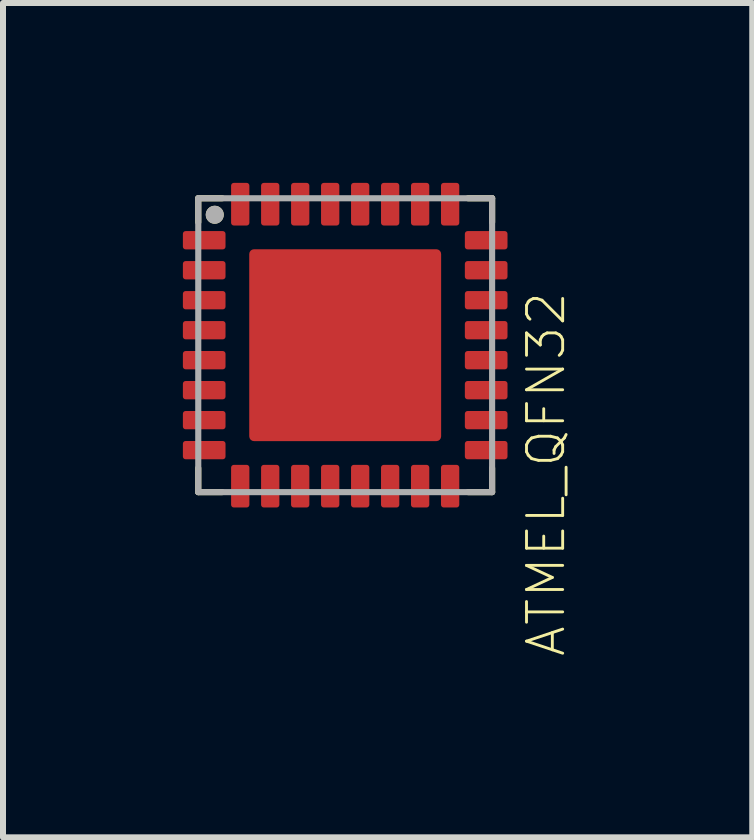
<source format=kicad_pcb>
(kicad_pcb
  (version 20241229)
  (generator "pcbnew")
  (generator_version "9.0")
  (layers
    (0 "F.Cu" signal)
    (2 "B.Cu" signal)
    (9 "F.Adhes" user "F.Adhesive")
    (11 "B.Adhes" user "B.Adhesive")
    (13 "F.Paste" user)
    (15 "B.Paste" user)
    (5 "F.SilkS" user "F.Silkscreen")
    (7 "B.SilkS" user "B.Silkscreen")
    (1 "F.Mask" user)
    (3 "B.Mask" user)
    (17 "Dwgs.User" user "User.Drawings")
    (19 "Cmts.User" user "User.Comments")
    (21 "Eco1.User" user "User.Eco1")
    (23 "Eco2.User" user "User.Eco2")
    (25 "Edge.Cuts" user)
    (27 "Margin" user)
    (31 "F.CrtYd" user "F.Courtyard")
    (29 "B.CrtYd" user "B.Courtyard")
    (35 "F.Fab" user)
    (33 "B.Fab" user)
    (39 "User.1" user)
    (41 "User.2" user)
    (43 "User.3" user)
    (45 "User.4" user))
  (footprint "ATMEL_QFN32"
    (layer "F.Cu")
    (at 2.706 2.706)
    (property "Reference" "ATMEL_QFN32" (at 3.35 2.15 270) (layer "F.SilkS") (effects (font (size 0.603 0.603) (thickness 0.048))))
    (attr through_hole)
    (fp_poly (pts (xy -2.55 -1.35) (xy -2.05 -1.35) (xy -2.05 -1.15) (xy -2.55 -1.15)) (stroke (width 0) (type solid)) (fill yes) (layer "F.Mask"))
    (fp_poly (pts (xy -2.55 -0.85) (xy -2.05 -0.85) (xy -2.05 -0.65) (xy -2.55 -0.65)) (stroke (width 0) (type solid)) (fill yes) (layer "F.Mask"))
    (fp_poly (pts (xy -2.55 -0.35) (xy -2.05 -0.35) (xy -2.05 -0.15) (xy -2.55 -0.15)) (stroke (width 0) (type solid)) (fill yes) (layer "F.Mask"))
    (fp_poly (pts (xy -2.55 0.15) (xy -2.05 0.15) (xy -2.05 0.35) (xy -2.55 0.35)) (stroke (width 0) (type solid)) (fill yes) (layer "F.Mask"))
    (fp_poly (pts (xy -2.55 0.65) (xy -2.05 0.65) (xy -2.05 0.85) (xy -2.55 0.85)) (stroke (width 0) (type solid)) (fill yes) (layer "F.Mask"))
    (fp_poly (pts (xy -2.55 1.15) (xy -2.05 1.15) (xy -2.05 1.35) (xy -2.55 1.35)) (stroke (width 0) (type solid)) (fill yes) (layer "F.Mask"))
    (fp_poly (pts (xy -1.625 -1.625) (xy 1.625 -1.625) (xy 1.625 1.625) (xy -1.625 1.625)) (stroke (width 0) (type solid)) (fill yes) (layer "F.Mask"))
    (fp_poly (pts (xy -1.35 2.55) (xy -1.35 2.05) (xy -1.15 2.05) (xy -1.15 2.55)) (stroke (width 0) (type solid)) (fill yes) (layer "F.Mask"))
    (fp_poly (pts (xy -1.15 -2.55) (xy -1.15 -2.05) (xy -1.35 -2.05) (xy -1.35 -2.55)) (stroke (width 0) (type solid)) (fill yes) (layer "F.Mask"))
    (fp_poly (pts (xy -0.85 2.55) (xy -0.85 2.05) (xy -0.65 2.05) (xy -0.65 2.55)) (stroke (width 0) (type solid)) (fill yes) (layer "F.Mask"))
    (fp_poly (pts (xy -0.65 -2.55) (xy -0.65 -2.05) (xy -0.85 -2.05) (xy -0.85 -2.55)) (stroke (width 0) (type solid)) (fill yes) (layer "F.Mask"))
    (fp_poly (pts (xy -0.35 2.55) (xy -0.35 2.05) (xy -0.15 2.05) (xy -0.15 2.55)) (stroke (width 0) (type solid)) (fill yes) (layer "F.Mask"))
    (fp_poly (pts (xy -0.15 -2.55) (xy -0.15 -2.05) (xy -0.35 -2.05) (xy -0.35 -2.55)) (stroke (width 0) (type solid)) (fill yes) (layer "F.Mask"))
    (fp_poly (pts (xy 0.15 2.55) (xy 0.15 2.05) (xy 0.35 2.05) (xy 0.35 2.55)) (stroke (width 0) (type solid)) (fill yes) (layer "F.Mask"))
    (fp_poly (pts (xy 0.35 -2.55) (xy 0.35 -2.05) (xy 0.15 -2.05) (xy 0.15 -2.55)) (stroke (width 0) (type solid)) (fill yes) (layer "F.Mask"))
    (fp_poly (pts (xy 0.65 2.55) (xy 0.65 2.05) (xy 0.85 2.05) (xy 0.85 2.55)) (stroke (width 0) (type solid)) (fill yes) (layer "F.Mask"))
    (fp_poly (pts (xy 0.85 -2.55) (xy 0.85 -2.05) (xy 0.65 -2.05) (xy 0.65 -2.55)) (stroke (width 0) (type solid)) (fill yes) (layer "F.Mask"))
    (fp_poly (pts (xy 1.15 2.55) (xy 1.15 2.05) (xy 1.35 2.05) (xy 1.35 2.55)) (stroke (width 0) (type solid)) (fill yes) (layer "F.Mask"))
    (fp_poly (pts (xy 1.35 -2.55) (xy 1.35 -2.05) (xy 1.15 -2.05) (xy 1.15 -2.55)) (stroke (width 0) (type solid)) (fill yes) (layer "F.Mask"))
    (fp_poly (pts (xy 2.55 -1.15) (xy 2.05 -1.15) (xy 2.05 -1.35) (xy 2.55 -1.35)) (stroke (width 0) (type solid)) (fill yes) (layer "F.Mask"))
    (fp_poly (pts (xy 2.55 -0.65) (xy 2.05 -0.65) (xy 2.05 -0.85) (xy 2.55 -0.85)) (stroke (width 0) (type solid)) (fill yes) (layer "F.Mask"))
    (fp_poly (pts (xy 2.55 -0.15) (xy 2.05 -0.15) (xy 2.05 -0.35) (xy 2.55 -0.35)) (stroke (width 0) (type solid)) (fill yes) (layer "F.Mask"))
    (fp_poly (pts (xy 2.55 0.35) (xy 2.05 0.35) (xy 2.05 0.15) (xy 2.55 0.15)) (stroke (width 0) (type solid)) (fill yes) (layer "F.Mask"))
    (fp_poly (pts (xy 2.55 0.85) (xy 2.05 0.85) (xy 2.05 0.65) (xy 2.55 0.65)) (stroke (width 0) (type solid)) (fill yes) (layer "F.Mask"))
    (fp_poly (pts (xy 2.55 1.35) (xy 2.05 1.35) (xy 2.05 1.15) (xy 2.55 1.15)) (stroke (width 0) (type solid)) (fill yes) (layer "F.Mask"))
    (fp_poly (pts (xy -2.55 -1.85) (xy -2.1 -1.85) (xy -2.05 -1.8) (xy -2.05 -1.65) (xy -2.55 -1.65)) (stroke (width 0) (type solid)) (fill yes) (layer "F.Mask"))
    (fp_poly (pts (xy -2.55 1.85) (xy -2.1 1.85) (xy -2.05 1.8) (xy -2.05 1.65) (xy -2.55 1.65)) (stroke (width 0) (type solid)) (fill yes) (layer "F.Mask"))
    (fp_poly (pts (xy -1.85 -2.55) (xy -1.85 -2.1) (xy -1.8 -2.05) (xy -1.65 -2.05) (xy -1.65 -2.55)) (stroke (width 0) (type solid)) (fill yes) (layer "F.Mask"))
    (fp_poly (pts (xy -1.85 2.55) (xy -1.85 2.1) (xy -1.8 2.05) (xy -1.65 2.05) (xy -1.65 2.55)) (stroke (width 0) (type solid)) (fill yes) (layer "F.Mask"))
    (fp_poly (pts (xy 1.85 -2.55) (xy 1.85 -2.1) (xy 1.8 -2.05) (xy 1.65 -2.05) (xy 1.65 -2.55)) (stroke (width 0) (type solid)) (fill yes) (layer "F.Mask"))
    (fp_poly (pts (xy 1.85 2.55) (xy 1.85 2.1) (xy 1.8 2.05) (xy 1.65 2.05) (xy 1.65 2.55)) (stroke (width 0) (type solid)) (fill yes) (layer "F.Mask"))
    (fp_poly (pts (xy 2.55 -1.85) (xy 2.1 -1.85) (xy 2.05 -1.8) (xy 2.05 -1.65) (xy 2.55 -1.65)) (stroke (width 0) (type solid)) (fill yes) (layer "F.Mask"))
    (fp_poly (pts (xy 2.55 1.85) (xy 2.1 1.85) (xy 2.05 1.8) (xy 2.05 1.65) (xy 2.55 1.65)) (stroke (width 0) (type solid)) (fill yes) (layer "F.Mask"))
    (fp_line (start -2.45 -2.45) (end -2.05 -2.45) (stroke (width 0.102) (type solid)) (layer "F.SilkS"))
    (fp_line (start -2.45 -2.05) (end -2.45 -2.45) (stroke (width 0.102) (type solid)) (layer "F.SilkS"))
    (fp_line (start -2.45 2.45) (end -2.45 2.05) (stroke (width 0.102) (type solid)) (layer "F.SilkS"))
    (fp_line (start -2.05 2.45) (end -2.45 2.45) (stroke (width 0.102) (type solid)) (layer "F.SilkS"))
    (fp_line (start 2.05 -2.45) (end 2.45 -2.45) (stroke (width 0.102) (type solid)) (layer "F.SilkS"))
    (fp_line (start 2.45 -2.45) (end 2.45 -2.05) (stroke (width 0.102) (type solid)) (layer "F.SilkS"))
    (fp_line (start 2.45 2.05) (end 2.45 2.45) (stroke (width 0.102) (type solid)) (layer "F.SilkS"))
    (fp_line (start 2.45 2.45) (end 2.05 2.45) (stroke (width 0.102) (type solid)) (layer "F.SilkS"))
    (fp_circle (center -2.175 -2.175) (end -2.1 -2.175) (stroke (width 0.15) (type solid)) (fill no) (layer "F.SilkS"))
    (fp_poly (pts (xy -2.525 -1.325) (xy -2.075 -1.325) (xy -2.075 -1.175) (xy -2.525 -1.175)) (stroke (width 0) (type solid)) (fill yes) (layer "F.Paste"))
    (fp_poly (pts (xy -2.525 -0.825) (xy -2.075 -0.825) (xy -2.075 -0.675) (xy -2.525 -0.675)) (stroke (width 0) (type solid)) (fill yes) (layer "F.Paste"))
    (fp_poly (pts (xy -2.525 -0.325) (xy -2.075 -0.325) (xy -2.075 -0.175) (xy -2.525 -0.175)) (stroke (width 0) (type solid)) (fill yes) (layer "F.Paste"))
    (fp_poly (pts (xy -2.525 0.175) (xy -2.075 0.175) (xy -2.075 0.325) (xy -2.525 0.325)) (stroke (width 0) (type solid)) (fill yes) (layer "F.Paste"))
    (fp_poly (pts (xy -2.525 0.675) (xy -2.075 0.675) (xy -2.075 0.825) (xy -2.525 0.825)) (stroke (width 0) (type solid)) (fill yes) (layer "F.Paste"))
    (fp_poly (pts (xy -2.525 1.175) (xy -2.075 1.175) (xy -2.075 1.325) (xy -2.525 1.325)) (stroke (width 0) (type solid)) (fill yes) (layer "F.Paste"))
    (fp_poly (pts (xy -1.325 2.525) (xy -1.325 2.075) (xy -1.175 2.075) (xy -1.175 2.525)) (stroke (width 0) (type solid)) (fill yes) (layer "F.Paste"))
    (fp_poly (pts (xy -1.3 -0.1) (xy -0.7 -0.1) (xy -0.7 -0.4) (xy -1.3 -0.4)) (stroke (width 0) (type solid)) (fill yes) (layer "F.Paste"))
    (fp_poly (pts (xy -1.3 0.4) (xy -0.7 0.4) (xy -0.7 0.1) (xy -1.3 0.1)) (stroke (width 0) (type solid)) (fill yes) (layer "F.Paste"))
    (fp_poly (pts (xy -1.175 -2.525) (xy -1.175 -2.075) (xy -1.325 -2.075) (xy -1.325 -2.525)) (stroke (width 0) (type solid)) (fill yes) (layer "F.Paste"))
    (fp_poly (pts (xy -0.825 2.525) (xy -0.825 2.075) (xy -0.675 2.075) (xy -0.675 2.525)) (stroke (width 0) (type solid)) (fill yes) (layer "F.Paste"))
    (fp_poly (pts (xy -0.675 -2.525) (xy -0.675 -2.075) (xy -0.825 -2.075) (xy -0.825 -2.525)) (stroke (width 0) (type solid)) (fill yes) (layer "F.Paste"))
    (fp_poly (pts (xy -0.325 2.525) (xy -0.325 2.075) (xy -0.175 2.075) (xy -0.175 2.525)) (stroke (width 0) (type solid)) (fill yes) (layer "F.Paste"))
    (fp_poly (pts (xy -0.3 -1.1) (xy 0.3 -1.1) (xy 0.3 -1.4) (xy -0.3 -1.4)) (stroke (width 0) (type solid)) (fill yes) (layer "F.Paste"))
    (fp_poly (pts (xy -0.3 -0.6) (xy 0.3 -0.6) (xy 0.3 -0.9) (xy -0.3 -0.9)) (stroke (width 0) (type solid)) (fill yes) (layer "F.Paste"))
    (fp_poly (pts (xy -0.3 -0.1) (xy 0.3 -0.1) (xy 0.3 -0.4) (xy -0.3 -0.4)) (stroke (width 0) (type solid)) (fill yes) (layer "F.Paste"))
    (fp_poly (pts (xy -0.3 0.4) (xy 0.3 0.4) (xy 0.3 0.1) (xy -0.3 0.1)) (stroke (width 0) (type solid)) (fill yes) (layer "F.Paste"))
    (fp_poly (pts (xy -0.3 0.9) (xy 0.3 0.9) (xy 0.3 0.6) (xy -0.3 0.6)) (stroke (width 0) (type solid)) (fill yes) (layer "F.Paste"))
    (fp_poly (pts (xy -0.3 1.4) (xy 0.3 1.4) (xy 0.3 1.1) (xy -0.3 1.1)) (stroke (width 0) (type solid)) (fill yes) (layer "F.Paste"))
    (fp_poly (pts (xy -0.175 -2.525) (xy -0.175 -2.075) (xy -0.325 -2.075) (xy -0.325 -2.525)) (stroke (width 0) (type solid)) (fill yes) (layer "F.Paste"))
    (fp_poly (pts (xy 0.175 2.525) (xy 0.175 2.075) (xy 0.325 2.075) (xy 0.325 2.525)) (stroke (width 0) (type solid)) (fill yes) (layer "F.Paste"))
    (fp_poly (pts (xy 0.325 -2.525) (xy 0.325 -2.075) (xy 0.175 -2.075) (xy 0.175 -2.525)) (stroke (width 0) (type solid)) (fill yes) (layer "F.Paste"))
    (fp_poly (pts (xy 0.675 2.525) (xy 0.675 2.075) (xy 0.825 2.075) (xy 0.825 2.525)) (stroke (width 0) (type solid)) (fill yes) (layer "F.Paste"))
    (fp_poly (pts (xy 0.7 -0.1) (xy 1.3 -0.1) (xy 1.3 -0.4) (xy 0.7 -0.4)) (stroke (width 0) (type solid)) (fill yes) (layer "F.Paste"))
    (fp_poly (pts (xy 0.7 0.4) (xy 1.3 0.4) (xy 1.3 0.1) (xy 0.7 0.1)) (stroke (width 0) (type solid)) (fill yes) (layer "F.Paste"))
    (fp_poly (pts (xy 0.825 -2.525) (xy 0.825 -2.075) (xy 0.675 -2.075) (xy 0.675 -2.525)) (stroke (width 0) (type solid)) (fill yes) (layer "F.Paste"))
    (fp_poly (pts (xy 1.175 2.525) (xy 1.175 2.075) (xy 1.325 2.075) (xy 1.325 2.525)) (stroke (width 0) (type solid)) (fill yes) (layer "F.Paste"))
    (fp_poly (pts (xy 1.325 -2.525) (xy 1.325 -2.075) (xy 1.175 -2.075) (xy 1.175 -2.525)) (stroke (width 0) (type solid)) (fill yes) (layer "F.Paste"))
    (fp_poly (pts (xy 2.525 -1.175) (xy 2.075 -1.175) (xy 2.075 -1.325) (xy 2.525 -1.325)) (stroke (width 0) (type solid)) (fill yes) (layer "F.Paste"))
    (fp_poly (pts (xy 2.525 -0.675) (xy 2.075 -0.675) (xy 2.075 -0.825) (xy 2.525 -0.825)) (stroke (width 0) (type solid)) (fill yes) (layer "F.Paste"))
    (fp_poly (pts (xy 2.525 -0.175) (xy 2.075 -0.175) (xy 2.075 -0.325) (xy 2.525 -0.325)) (stroke (width 0) (type solid)) (fill yes) (layer "F.Paste"))
    (fp_poly (pts (xy 2.525 0.325) (xy 2.075 0.325) (xy 2.075 0.175) (xy 2.525 0.175)) (stroke (width 0) (type solid)) (fill yes) (layer "F.Paste"))
    (fp_poly (pts (xy 2.525 0.825) (xy 2.075 0.825) (xy 2.075 0.675) (xy 2.525 0.675)) (stroke (width 0) (type solid)) (fill yes) (layer "F.Paste"))
    (fp_poly (pts (xy 2.525 1.325) (xy 2.075 1.325) (xy 2.075 1.175) (xy 2.525 1.175)) (stroke (width 0) (type solid)) (fill yes) (layer "F.Paste"))
    (fp_poly (pts (xy -2.525 -1.825) (xy -2.125 -1.825) (xy -2.075 -1.775) (xy -2.075 -1.675) (xy -2.525 -1.675)) (stroke (width 0) (type solid)) (fill yes) (layer "F.Paste"))
    (fp_poly (pts (xy -2.525 1.825) (xy -2.125 1.825) (xy -2.075 1.775) (xy -2.075 1.675) (xy -2.525 1.675)) (stroke (width 0) (type solid)) (fill yes) (layer "F.Paste"))
    (fp_poly (pts (xy -1.825 -2.525) (xy -1.825 -2.125) (xy -1.775 -2.075) (xy -1.675 -2.075) (xy -1.675 -2.525)) (stroke (width 0) (type solid)) (fill yes) (layer "F.Paste"))
    (fp_poly (pts (xy -1.825 2.525) (xy -1.825 2.125) (xy -1.775 2.075) (xy -1.675 2.075) (xy -1.675 2.525)) (stroke (width 0) (type solid)) (fill yes) (layer "F.Paste"))
    (fp_poly (pts (xy 1.825 -2.525) (xy 1.825 -2.125) (xy 1.775 -2.075) (xy 1.675 -2.075) (xy 1.675 -2.525)) (stroke (width 0) (type solid)) (fill yes) (layer "F.Paste"))
    (fp_poly (pts (xy 1.825 2.525) (xy 1.825 2.125) (xy 1.775 2.075) (xy 1.675 2.075) (xy 1.675 2.525)) (stroke (width 0) (type solid)) (fill yes) (layer "F.Paste"))
    (fp_poly (pts (xy 2.525 -1.825) (xy 2.125 -1.825) (xy 2.075 -1.775) (xy 2.075 -1.675) (xy 2.525 -1.675)) (stroke (width 0) (type solid)) (fill yes) (layer "F.Paste"))
    (fp_poly (pts (xy 2.525 1.825) (xy 2.125 1.825) (xy 2.075 1.775) (xy 2.075 1.675) (xy 2.525 1.675)) (stroke (width 0) (type solid)) (fill yes) (layer "F.Paste"))
    (fp_line (start -2.45 -2.45) (end 2.45 -2.45) (stroke (width 0.102) (type solid)) (layer "F.Fab"))
    (fp_line (start -2.45 2.45) (end -2.45 -2.45) (stroke (width 0.102) (type solid)) (layer "F.Fab"))
    (fp_line (start 2.45 -2.45) (end 2.45 2.45) (stroke (width 0.102) (type solid)) (layer "F.Fab"))
    (fp_line (start 2.45 2.45) (end -2.45 2.45) (stroke (width 0.102) (type solid)) (layer "F.Fab"))
    (fp_circle (center -2.175 -2.175) (end -2.1 -2.175) (stroke (width 0.15) (type solid)) (fill no) (layer "F.Fab"))
    (pad "1" smd roundrect (at -2.351 -1.75) (size 0.711 0.305) (layers "F.Cu" "F.Mask") (roundrect_rratio 0.15))
    (pad "2" smd roundrect (at -2.351 -1.25) (size 0.711 0.305) (layers "F.Cu" "F.Mask") (roundrect_rratio 0.15))
    (pad "3" smd roundrect (at -2.351 -0.75) (size 0.711 0.305) (layers "F.Cu" "F.Mask") (roundrect_rratio 0.15))
    (pad "4" smd roundrect (at -2.351 -0.25) (size 0.711 0.305) (layers "F.Cu" "F.Mask") (roundrect_rratio 0.15))
    (pad "5" smd roundrect (at -2.351 0.25) (size 0.711 0.305) (layers "F.Cu" "F.Mask") (roundrect_rratio 0.15))
    (pad "6" smd roundrect (at -2.351 0.75) (size 0.711 0.305) (layers "F.Cu" "F.Mask") (roundrect_rratio 0.15))
    (pad "7" smd roundrect (at -2.351 1.25) (size 0.711 0.305) (layers "F.Cu" "F.Mask") (roundrect_rratio 0.15))
    (pad "8" smd roundrect (at -2.351 1.75) (size 0.711 0.305) (layers "F.Cu" "F.Mask") (roundrect_rratio 0.15))
    (pad "9" smd roundrect (at -1.75 2.351 90) (size 0.711 0.305) (layers "F.Cu" "F.Mask") (roundrect_rratio 0.15))
    (pad "10" smd roundrect (at -1.25 2.351 90) (size 0.711 0.305) (layers "F.Cu" "F.Mask") (roundrect_rratio 0.15))
    (pad "11" smd roundrect (at -0.75 2.351 90) (size 0.711 0.305) (layers "F.Cu" "F.Mask") (roundrect_rratio 0.15))
    (pad "12" smd roundrect (at -0.25 2.351 90) (size 0.711 0.305) (layers "F.Cu" "F.Mask") (roundrect_rratio 0.15))
    (pad "13" smd roundrect (at 0.25 2.351 90) (size 0.711 0.305) (layers "F.Cu" "F.Mask") (roundrect_rratio 0.15))
    (pad "14" smd roundrect (at 0.75 2.351 90) (size 0.711 0.305) (layers "F.Cu" "F.Mask") (roundrect_rratio 0.15))
    (pad "15" smd roundrect (at 1.25 2.351 90) (size 0.711 0.305) (layers "F.Cu" "F.Mask") (roundrect_rratio 0.15))
    (pad "16" smd roundrect (at 1.75 2.351 90) (size 0.711 0.305) (layers "F.Cu" "F.Mask") (roundrect_rratio 0.15))
    (pad "17" smd roundrect (at 2.351 1.75 180) (size 0.711 0.305) (layers "F.Cu" "F.Mask") (roundrect_rratio 0.15))
    (pad "18" smd roundrect (at 2.351 1.25 180) (size 0.711 0.305) (layers "F.Cu" "F.Mask") (roundrect_rratio 0.15))
    (pad "19" smd roundrect (at 2.351 0.75 180) (size 0.711 0.305) (layers "F.Cu" "F.Mask") (roundrect_rratio 0.15))
    (pad "20" smd roundrect (at 2.351 0.25 180) (size 0.711 0.305) (layers "F.Cu" "F.Mask") (roundrect_rratio 0.15))
    (pad "21" smd roundrect (at 2.351 -0.25 180) (size 0.711 0.305) (layers "F.Cu" "F.Mask") (roundrect_rratio 0.15))
    (pad "22" smd roundrect (at 2.351 -0.75 180) (size 0.711 0.305) (layers "F.Cu" "F.Mask") (roundrect_rratio 0.15))
    (pad "23" smd roundrect (at 2.351 -1.25 180) (size 0.711 0.305) (layers "F.Cu" "F.Mask") (roundrect_rratio 0.15))
    (pad "24" smd roundrect (at 2.351 -1.75 180) (size 0.711 0.305) (layers "F.Cu" "F.Mask") (roundrect_rratio 0.15))
    (pad "25" smd roundrect (at 1.75 -2.351 270) (size 0.711 0.305) (layers "F.Cu" "F.Mask") (roundrect_rratio 0.15))
    (pad "26" smd roundrect (at 1.25 -2.351 270) (size 0.711 0.305) (layers "F.Cu" "F.Mask") (roundrect_rratio 0.15))
    (pad "27" smd roundrect (at 0.75 -2.351 270) (size 0.711 0.305) (layers "F.Cu" "F.Mask") (roundrect_rratio 0.15))
    (pad "28" smd roundrect (at 0.25 -2.351 270) (size 0.711 0.305) (layers "F.Cu" "F.Mask") (roundrect_rratio 0.15))
    (pad "29" smd roundrect (at -0.25 -2.351 270) (size 0.711 0.305) (layers "F.Cu" "F.Mask") (roundrect_rratio 0.15))
    (pad "30" smd roundrect (at -0.75 -2.351 270) (size 0.711 0.305) (layers "F.Cu" "F.Mask") (roundrect_rratio 0.15))
    (pad "31" smd roundrect (at -1.25 -2.351 270) (size 0.711 0.305) (layers "F.Cu" "F.Mask") (roundrect_rratio 0.15))
    (pad "32" smd roundrect (at -1.75 -2.351 270) (size 0.711 0.305) (layers "F.Cu" "F.Mask") (roundrect_rratio 0.15))
    (pad "EXP" smd roundrect (at 0 0) (size 3.2 3.2) (layers "F.Cu" "F.Mask") (roundrect_rratio 0.025)))
  (gr_rect
    (start -3 -3)
    (end 9.494 10.913)
    (stroke (width 0.1) (type default))
    (fill no)
    (layer "Edge.Cuts")))
</source>
